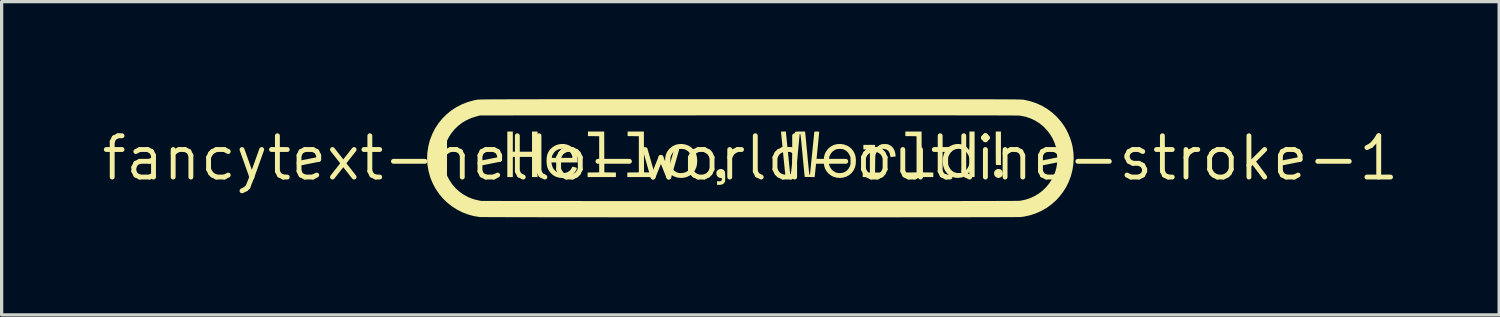
<source format=kicad_pcb>
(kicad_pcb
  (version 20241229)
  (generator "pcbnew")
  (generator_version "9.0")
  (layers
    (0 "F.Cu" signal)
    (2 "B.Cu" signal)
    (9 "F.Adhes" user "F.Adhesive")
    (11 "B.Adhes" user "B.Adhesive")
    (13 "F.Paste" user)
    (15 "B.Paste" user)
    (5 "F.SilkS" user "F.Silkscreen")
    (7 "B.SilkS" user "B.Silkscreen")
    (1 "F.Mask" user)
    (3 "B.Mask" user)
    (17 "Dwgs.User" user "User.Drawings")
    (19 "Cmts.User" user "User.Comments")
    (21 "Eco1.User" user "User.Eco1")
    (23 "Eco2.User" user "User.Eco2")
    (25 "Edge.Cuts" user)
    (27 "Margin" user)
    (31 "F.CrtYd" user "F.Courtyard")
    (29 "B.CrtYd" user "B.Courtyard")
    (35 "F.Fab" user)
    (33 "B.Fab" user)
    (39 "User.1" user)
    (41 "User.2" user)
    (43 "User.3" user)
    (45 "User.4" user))
  (footprint "fancytext-hello-world-outline-stroke-1"
    (layer "F.Cu")
    (at 20.025 1.815)
    (property "Reference" "fancytext-hello-world-outline-stroke-1" (at 0 0 0) (layer "F.SilkS") (effects (font (size 1.27 1.27) (thickness 0.15))))
    (attr board_only exclude_from_pos_files exclude_from_bom)
    (fp_poly (pts (xy 7.552 0.203) (xy 7.55 0.192) (xy 7.549 0.163) (xy 7.548 0.118) (xy 7.547 0.058) (xy 7.546 -0.014) (xy 7.546 -0.096) (xy 7.545 -0.187) (xy 7.545 -0.284) (xy 7.545 -0.312) (xy 7.545 -0.82) (xy 7.625 -0.82) (xy 7.705 -0.82) (xy 7.705 -0.305) (xy 7.705 0.21) (xy 7.632 0.21) (xy 7.595 0.209) (xy 7.567 0.207) (xy 7.552 0.204) (xy 7.552 0.203)) (stroke (width 0) (type solid)) (fill yes) (layer "F.SilkS"))
    (fp_poly (pts (xy -5.005 0.51) (xy -5.005 0.44) (xy -4.827 0.438) (xy -4.65 0.435) (xy -4.65 -0.12) (xy -4.65 -0.675) (xy -4.822 -0.678) (xy -4.995 -0.68) (xy -4.995 -0.75) (xy -4.995 -0.82) (xy -4.745 -0.82) (xy -4.495 -0.82) (xy -4.493 -0.193) (xy -4.49 0.435) (xy -4.312 0.438) (xy -4.135 0.44) (xy -4.135 0.51) (xy -4.135 0.58) (xy -4.57 0.58) (xy -5.005 0.58) (xy -5.005 0.51)) (stroke (width 0) (type solid)) (fill yes) (layer "F.SilkS"))
    (fp_poly (pts (xy -3.785 0.51) (xy -3.785 0.44) (xy -3.607 0.438) (xy -3.43 0.435) (xy -3.43 -0.12) (xy -3.43 -0.675) (xy -3.603 -0.678) (xy -3.775 -0.68) (xy -3.775 -0.75) (xy -3.775 -0.82) (xy -3.525 -0.82) (xy -3.275 -0.82) (xy -3.273 -0.193) (xy -3.27 0.435) (xy -3.092 0.438) (xy -2.915 0.44) (xy -2.915 0.51) (xy -2.915 0.58) (xy -3.35 0.58) (xy -3.785 0.58) (xy -3.785 0.51)) (stroke (width 0) (type solid)) (fill yes) (layer "F.SilkS"))
    (fp_poly (pts (xy 4.755 0.51) (xy 4.755 0.44) (xy 4.933 0.438) (xy 5.11 0.435) (xy 5.11 -0.12) (xy 5.11 -0.675) (xy 4.938 -0.678) (xy 4.765 -0.68) (xy 4.765 -0.75) (xy 4.765 -0.82) (xy 5.015 -0.82) (xy 5.265 -0.82) (xy 5.267 -0.193) (xy 5.27 0.435) (xy 5.447 0.438) (xy 5.625 0.44) (xy 5.625 0.51) (xy 5.625 0.58) (xy 5.19 0.58) (xy 4.755 0.58) (xy 4.755 0.51)) (stroke (width 0) (type solid)) (fill yes) (layer "F.SilkS"))
    (fp_poly (pts (xy 7.57 0.591) (xy 7.529 0.562) (xy 7.502 0.52) (xy 7.493 0.469) (xy 7.493 0.463) (xy 7.502 0.413) (xy 7.528 0.373) (xy 7.567 0.344) (xy 7.615 0.331) (xy 7.628 0.33) (xy 7.68 0.339) (xy 7.721 0.364) (xy 7.75 0.402) (xy 7.764 0.452) (xy 7.765 0.472) (xy 7.756 0.52) (xy 7.729 0.562) (xy 7.688 0.592) (xy 7.678 0.596) (xy 7.645 0.607) (xy 7.617 0.608) (xy 7.584 0.597) (xy 7.57 0.591)) (stroke (width 0) (type solid)) (fill yes) (layer "F.SilkS"))
    (fp_poly (pts (xy -7.475 -0.12) (xy -7.475 -0.82) (xy -7.39 -0.82) (xy -7.305 -0.82) (xy -7.305 -0.51) (xy -7.305 -0.2) (xy -7.01 -0.2) (xy -6.715 -0.2) (xy -6.715 -0.51) (xy -6.715 -0.82) (xy -6.63 -0.82) (xy -6.545 -0.82) (xy -6.545 -0.12) (xy -6.545 0.58) (xy -6.63 0.58) (xy -6.715 0.58) (xy -6.715 0.27) (xy -6.715 -0.04) (xy -7.01 -0.04) (xy -7.305 -0.04) (xy -7.305 0.27) (xy -7.305 0.58) (xy -7.39 0.58) (xy -7.475 0.58) (xy -7.475 -0.12)) (stroke (width 0) (type solid)) (fill yes) (layer "F.SilkS"))
    (fp_poly (pts (xy -1.025 0.765) (xy -1.025 0.71) (xy -0.965 0.71) (xy -0.93 0.709) (xy -0.91 0.705) (xy -0.896 0.695) (xy -0.89 0.686) (xy -0.879 0.657) (xy -0.877 0.633) (xy -0.882 0.613) (xy -0.896 0.607) (xy -0.907 0.608) (xy -0.945 0.604) (xy -0.985 0.585) (xy -1.017 0.555) (xy -1.026 0.543) (xy -1.043 0.502) (xy -1.047 0.456) (xy -1.04 0.413) (xy -1.03 0.394) (xy -0.996 0.359) (xy -0.952 0.338) (xy -0.904 0.331) (xy -0.857 0.34) (xy -0.838 0.35) (xy -0.815 0.366) (xy -0.799 0.384) (xy -0.787 0.409) (xy -0.78 0.443) (xy -0.776 0.489) (xy -0.775 0.55) (xy -0.775 0.573) (xy -0.775 0.63) (xy -0.776 0.671) (xy -0.778 0.7) (xy -0.783 0.721) (xy -0.789 0.736) (xy -0.798 0.751) (xy -0.83 0.787) (xy -0.873 0.809) (xy -0.928 0.819) (xy -0.958 0.82) (xy -1.025 0.82) (xy -1.025 0.765)) (stroke (width 0) (type solid)) (fill yes) (layer "F.SilkS"))
    (fp_poly (pts (xy 3.455 0.51) (xy 3.455 0.44) (xy 3.565 0.44) (xy 3.675 0.44) (xy 3.675 0.085) (xy 3.675 -0.27) (xy 3.575 -0.27) (xy 3.475 -0.27) (xy 3.475 -0.34) (xy 3.475 -0.41) (xy 3.655 -0.41) (xy 3.835 -0.41) (xy 3.835 -0.345) (xy 3.837 -0.305) (xy 3.843 -0.285) (xy 3.854 -0.284) (xy 3.872 -0.301) (xy 3.89 -0.328) (xy 3.918 -0.364) (xy 3.955 -0.392) (xy 3.979 -0.405) (xy 4.011 -0.42) (xy 4.038 -0.429) (xy 4.068 -0.433) (xy 4.107 -0.435) (xy 4.129 -0.435) (xy 4.176 -0.434) (xy 4.21 -0.431) (xy 4.239 -0.424) (xy 4.268 -0.411) (xy 4.277 -0.407) (xy 4.343 -0.364) (xy 4.395 -0.307) (xy 4.433 -0.236) (xy 4.456 -0.153) (xy 4.461 -0.117) (xy 4.467 -0.053) (xy 4.4 -0.045) (xy 4.363 -0.041) (xy 4.335 -0.037) (xy 4.32 -0.034) (xy 4.311 -0.04) (xy 4.303 -0.066) (xy 4.297 -0.096) (xy 4.28 -0.161) (xy 4.253 -0.211) (xy 4.214 -0.248) (xy 4.182 -0.266) (xy 4.118 -0.286) (xy 4.054 -0.289) (xy 3.993 -0.276) (xy 3.939 -0.247) (xy 3.913 -0.224) (xy 3.893 -0.197) (xy 3.872 -0.163) (xy 3.863 -0.145) (xy 3.856 -0.129) (xy 3.851 -0.113) (xy 3.847 -0.094) (xy 3.843 -0.071) (xy 3.841 -0.039) (xy 3.84 0.004) (xy 3.838 0.06) (xy 3.837 0.132) (xy 3.837 0.172) (xy 3.834 0.44) (xy 3.959 0.44) (xy 4.085 0.44) (xy 4.085 0.51) (xy 4.085 0.58) (xy 3.77 0.58) (xy 3.455 0.58) (xy 3.455 0.51)) (stroke (width 0) (type solid)) (fill yes) (layer "F.SilkS"))
    (fp_poly (pts (xy -5.719 -0.436) (xy -5.629 -0.415) (xy -5.56 -0.387) (xy -5.481 -0.335) (xy -5.417 -0.27) (xy -5.367 -0.192) (xy -5.334 -0.104) (xy -5.317 -0.006) (xy -5.315 0.047) (xy -5.315 0.13) (xy -6.118 0.13) (xy -6.111 0.172) (xy -6.09 0.255) (xy -6.055 0.326) (xy -6.006 0.383) (xy -5.946 0.425) (xy -5.933 0.431) (xy -5.881 0.447) (xy -5.818 0.455) (xy -5.751 0.456) (xy -5.688 0.449) (xy -5.635 0.434) (xy -5.63 0.432) (xy -5.572 0.398) (xy -5.528 0.355) (xy -5.499 0.307) (xy -5.484 0.281) (xy -5.473 0.264) (xy -5.469 0.26) (xy -5.458 0.262) (xy -5.432 0.268) (xy -5.4 0.276) (xy -5.363 0.287) (xy -5.343 0.298) (xy -5.337 0.314) (xy -5.344 0.339) (xy -5.362 0.378) (xy -5.362 0.378) (xy -5.394 0.427) (xy -5.438 0.476) (xy -5.488 0.521) (xy -5.539 0.555) (xy -5.569 0.569) (xy -5.673 0.598) (xy -5.779 0.608) (xy -5.883 0.599) (xy -5.901 0.595) (xy -5.989 0.567) (xy -6.068 0.521) (xy -6.125 0.471) (xy -6.179 0.408) (xy -6.219 0.34) (xy -6.247 0.266) (xy -6.263 0.18) (xy -6.268 0.081) (xy -6.268 0.07) (xy -6.264 -0.018) (xy -6.261 -0.033) (xy -6.105 -0.033) (xy -6.105 -0.01) (xy -5.475 -0.01) (xy -5.475 -0.037) (xy -5.482 -0.072) (xy -5.499 -0.114) (xy -5.522 -0.156) (xy -5.55 -0.192) (xy -5.556 -0.198) (xy -5.616 -0.244) (xy -5.686 -0.275) (xy -5.76 -0.289) (xy -5.836 -0.286) (xy -5.909 -0.268) (xy -5.977 -0.233) (xy -5.993 -0.221) (xy -6.025 -0.189) (xy -6.056 -0.149) (xy -6.082 -0.105) (xy -6.099 -0.064) (xy -6.105 -0.033) (xy -6.261 -0.033) (xy -6.251 -0.092) (xy -6.228 -0.158) (xy -6.195 -0.22) (xy -6.137 -0.292) (xy -6.067 -0.351) (xy -5.987 -0.396) (xy -5.901 -0.425) (xy -5.81 -0.439)) (stroke (width 0) (type solid)) (fill yes) (layer "F.SilkS"))
    (fp_poly (pts (xy -2.1 -0.437) (xy -2 -0.421) (xy -1.908 -0.388) (xy -1.827 -0.34) (xy -1.759 -0.277) (xy -1.704 -0.2) (xy -1.686 -0.166) (xy -1.659 -0.099) (xy -1.643 -0.03) (xy -1.636 0.048) (xy -1.635 0.085) (xy -1.642 0.19) (xy -1.663 0.282) (xy -1.7 0.363) (xy -1.752 0.437) (xy -1.779 0.466) (xy -1.854 0.527) (xy -1.939 0.571) (xy -2.031 0.598) (xy -2.128 0.607) (xy -2.228 0.598) (xy -2.243 0.595) (xy -2.329 0.569) (xy -2.403 0.531) (xy -2.471 0.477) (xy -2.532 0.41) (xy -2.577 0.335) (xy -2.607 0.251) (xy -2.622 0.155) (xy -2.625 0.09) (xy -2.46 0.09) (xy -2.46 0.143) (xy -2.458 0.181) (xy -2.455 0.209) (xy -2.449 0.231) (xy -2.44 0.253) (xy -2.432 0.27) (xy -2.385 0.342) (xy -2.328 0.397) (xy -2.259 0.436) (xy -2.232 0.446) (xy -2.18 0.456) (xy -2.118 0.457) (xy -2.055 0.449) (xy -1.998 0.433) (xy -1.98 0.426) (xy -1.917 0.384) (xy -1.864 0.326) (xy -1.826 0.261) (xy -1.815 0.235) (xy -1.807 0.211) (xy -1.803 0.184) (xy -1.801 0.149) (xy -1.8 0.101) (xy -1.8 0.085) (xy -1.8 0.033) (xy -1.802 -0.004) (xy -1.805 -0.032) (xy -1.812 -0.055) (xy -1.822 -0.081) (xy -1.833 -0.102) (xy -1.877 -0.171) (xy -1.933 -0.226) (xy -1.994 -0.262) (xy -2.022 -0.274) (xy -2.052 -0.281) (xy -2.09 -0.284) (xy -2.13 -0.285) (xy -2.177 -0.284) (xy -2.211 -0.281) (xy -2.24 -0.273) (xy -2.27 -0.261) (xy -2.277 -0.257) (xy -2.342 -0.214) (xy -2.397 -0.155) (xy -2.434 -0.091) (xy -2.445 -0.066) (xy -2.452 -0.042) (xy -2.457 -0.016) (xy -2.459 0.018) (xy -2.46 0.064) (xy -2.46 0.09) (xy -2.625 0.09) (xy -2.625 0.085) (xy -2.618 -0.02) (xy -2.598 -0.112) (xy -2.562 -0.194) (xy -2.511 -0.266) (xy -2.476 -0.303) (xy -2.398 -0.365) (xy -2.312 -0.408) (xy -2.219 -0.432) (xy -2.119 -0.438)) (stroke (width 0) (type solid)) (fill yes) (layer "F.SilkS"))
    (fp_poly (pts (xy 2.78 -0.437) (xy 2.881 -0.421) (xy 2.972 -0.388) (xy 3.053 -0.34) (xy 3.121 -0.277) (xy 3.176 -0.2) (xy 3.194 -0.166) (xy 3.221 -0.099) (xy 3.237 -0.03) (xy 3.244 0.048) (xy 3.245 0.085) (xy 3.238 0.19) (xy 3.217 0.282) (xy 3.18 0.363) (xy 3.128 0.437) (xy 3.101 0.466) (xy 3.026 0.527) (xy 2.941 0.571) (xy 2.849 0.598) (xy 2.752 0.607) (xy 2.652 0.598) (xy 2.637 0.595) (xy 2.551 0.569) (xy 2.477 0.531) (xy 2.409 0.477) (xy 2.348 0.41) (xy 2.303 0.335) (xy 2.273 0.251) (xy 2.258 0.155) (xy 2.255 0.09) (xy 2.42 0.09) (xy 2.42 0.143) (xy 2.422 0.181) (xy 2.425 0.209) (xy 2.431 0.231) (xy 2.44 0.253) (xy 2.448 0.27) (xy 2.495 0.342) (xy 2.552 0.397) (xy 2.621 0.436) (xy 2.648 0.446) (xy 2.7 0.456) (xy 2.762 0.457) (xy 2.825 0.449) (xy 2.882 0.433) (xy 2.9 0.426) (xy 2.963 0.384) (xy 3.016 0.326) (xy 3.054 0.261) (xy 3.065 0.235) (xy 3.073 0.211) (xy 3.077 0.184) (xy 3.079 0.149) (xy 3.08 0.101) (xy 3.08 0.085) (xy 3.08 0.033) (xy 3.078 -0.004) (xy 3.075 -0.032) (xy 3.068 -0.055) (xy 3.058 -0.081) (xy 3.047 -0.102) (xy 3.003 -0.171) (xy 2.947 -0.226) (xy 2.886 -0.262) (xy 2.858 -0.274) (xy 2.828 -0.281) (xy 2.79 -0.284) (xy 2.75 -0.285) (xy 2.703 -0.284) (xy 2.669 -0.281) (xy 2.64 -0.273) (xy 2.61 -0.261) (xy 2.603 -0.257) (xy 2.538 -0.214) (xy 2.483 -0.155) (xy 2.446 -0.091) (xy 2.435 -0.066) (xy 2.428 -0.042) (xy 2.423 -0.016) (xy 2.421 0.018) (xy 2.42 0.064) (xy 2.42 0.09) (xy 2.255 0.09) (xy 2.255 0.085) (xy 2.262 -0.02) (xy 2.282 -0.112) (xy 2.318 -0.194) (xy 2.369 -0.266) (xy 2.404 -0.303) (xy 2.482 -0.365) (xy 2.568 -0.408) (xy 2.661 -0.432) (xy 2.761 -0.438)) (stroke (width 0) (type solid)) (fill yes) (layer "F.SilkS"))
    (fp_poly (pts (xy 6.895 0.58) (xy 6.735 0.58) (xy 6.735 0.505) (xy 6.734 0.469) (xy 6.733 0.443) (xy 6.73 0.43) (xy 6.73 0.43) (xy 6.721 0.437) (xy 6.702 0.454) (xy 6.676 0.48) (xy 6.662 0.493) (xy 6.621 0.533) (xy 6.583 0.559) (xy 6.543 0.578) (xy 6.542 0.579) (xy 6.469 0.598) (xy 6.389 0.605) (xy 6.31 0.601) (xy 6.279 0.596) (xy 6.19 0.566) (xy 6.111 0.52) (xy 6.055 0.471) (xy 5.997 0.4) (xy 5.954 0.317) (xy 5.927 0.222) (xy 5.916 0.115) (xy 5.915 0.085) (xy 5.915 0.085) (xy 6.08 0.085) (xy 6.08 0.137) (xy 6.082 0.175) (xy 6.086 0.204) (xy 6.092 0.228) (xy 6.103 0.254) (xy 6.108 0.265) (xy 6.151 0.337) (xy 6.205 0.393) (xy 6.269 0.431) (xy 6.343 0.453) (xy 6.422 0.456) (xy 6.479 0.45) (xy 6.528 0.435) (xy 6.548 0.426) (xy 6.613 0.384) (xy 6.666 0.325) (xy 6.704 0.261) (xy 6.715 0.235) (xy 6.723 0.211) (xy 6.727 0.184) (xy 6.729 0.149) (xy 6.73 0.101) (xy 6.73 0.085) (xy 6.73 0.033) (xy 6.728 -0.005) (xy 6.724 -0.034) (xy 6.717 -0.059) (xy 6.707 -0.085) (xy 6.701 -0.098) (xy 6.659 -0.166) (xy 6.605 -0.22) (xy 6.541 -0.26) (xy 6.469 -0.283) (xy 6.394 -0.29) (xy 6.317 -0.278) (xy 6.289 -0.269) (xy 6.221 -0.233) (xy 6.164 -0.18) (xy 6.118 -0.112) (xy 6.112 -0.101) (xy 6.099 -0.072) (xy 6.089 -0.048) (xy 6.084 -0.024) (xy 6.081 0.006) (xy 6.08 0.047) (xy 6.08 0.085) (xy 5.915 0.085) (xy 5.923 -0.02) (xy 5.946 -0.118) (xy 5.983 -0.205) (xy 6.034 -0.281) (xy 6.071 -0.319) (xy 6.144 -0.373) (xy 6.226 -0.411) (xy 6.312 -0.434) (xy 6.401 -0.439) (xy 6.489 -0.426) (xy 6.572 -0.396) (xy 6.575 -0.395) (xy 6.602 -0.378) (xy 6.633 -0.354) (xy 6.662 -0.326) (xy 6.687 -0.3) (xy 6.702 -0.279) (xy 6.705 -0.27) (xy 6.713 -0.261) (xy 6.72 -0.26) (xy 6.724 -0.262) (xy 6.728 -0.27) (xy 6.731 -0.286) (xy 6.732 -0.312) (xy 6.734 -0.35) (xy 6.735 -0.401) (xy 6.735 -0.47) (xy 6.735 -0.54) (xy 6.735 -0.82) (xy 6.895 -0.82)) (stroke (width 0) (type solid)) (fill yes) (layer "F.SilkS"))
    (fp_poly (pts (xy 1.081 0.568) (xy 1.079 0.556) (xy 1.076 0.526) (xy 1.071 0.479) (xy 1.064 0.417) (xy 1.056 0.343) (xy 1.048 0.256) (xy 1.038 0.16) (xy 1.027 0.055) (xy 1.016 -0.056) (xy 1.01 -0.115) (xy 0.999 -0.229) (xy 0.988 -0.338) (xy 0.978 -0.439) (xy 0.969 -0.531) (xy 0.961 -0.612) (xy 0.954 -0.682) (xy 0.948 -0.737) (xy 0.944 -0.776) (xy 0.941 -0.798) (xy 0.941 -0.802) (xy 0.941 -0.811) (xy 0.949 -0.817) (xy 0.968 -0.819) (xy 1.003 -0.82) (xy 1.014 -0.82) (xy 1.091 -0.82) (xy 1.154 -0.193) (xy 1.165 -0.081) (xy 1.176 0.025) (xy 1.186 0.124) (xy 1.195 0.214) (xy 1.203 0.294) (xy 1.21 0.361) (xy 1.216 0.415) (xy 1.22 0.452) (xy 1.222 0.471) (xy 1.222 0.473) (xy 1.226 0.494) (xy 1.23 0.506) (xy 1.234 0.508) (xy 1.238 0.5) (xy 1.243 0.479) (xy 1.249 0.446) (xy 1.255 0.399) (xy 1.263 0.338) (xy 1.271 0.26) (xy 1.281 0.167) (xy 1.292 0.055) (xy 1.305 -0.075) (xy 1.312 -0.146) (xy 1.322 -0.258) (xy 1.333 -0.364) (xy 1.342 -0.463) (xy 1.35 -0.553) (xy 1.358 -0.632) (xy 1.364 -0.698) (xy 1.369 -0.75) (xy 1.372 -0.787) (xy 1.374 -0.805) (xy 1.374 -0.807) (xy 1.38 -0.813) (xy 1.397 -0.816) (xy 1.428 -0.818) (xy 1.475 -0.82) (xy 1.529 -0.82) (xy 1.682 -0.82) (xy 1.688 -0.767) (xy 1.69 -0.748) (xy 1.694 -0.711) (xy 1.699 -0.658) (xy 1.705 -0.59) (xy 1.713 -0.51) (xy 1.721 -0.42) (xy 1.731 -0.321) (xy 1.741 -0.216) (xy 1.751 -0.105) (xy 1.751 -0.102) (xy 1.764 0.03) (xy 1.775 0.144) (xy 1.785 0.24) (xy 1.793 0.32) (xy 1.8 0.384) (xy 1.806 0.433) (xy 1.811 0.47) (xy 1.816 0.494) (xy 1.819 0.507) (xy 1.822 0.51) (xy 1.834 0.502) (xy 1.835 0.497) (xy 1.836 0.486) (xy 1.839 0.456) (xy 1.843 0.409) (xy 1.849 0.348) (xy 1.857 0.273) (xy 1.865 0.187) (xy 1.875 0.092) (xy 1.885 -0.012) (xy 1.897 -0.121) (xy 1.9 -0.155) (xy 1.911 -0.266) (xy 1.922 -0.372) (xy 1.932 -0.47) (xy 1.941 -0.559) (xy 1.948 -0.637) (xy 1.955 -0.702) (xy 1.96 -0.753) (xy 1.963 -0.788) (xy 1.965 -0.806) (xy 1.965 -0.807) (xy 1.972 -0.815) (xy 1.995 -0.819) (xy 2.035 -0.82) (xy 2.04 -0.82) (xy 2.078 -0.82) (xy 2.101 -0.817) (xy 2.112 -0.813) (xy 2.115 -0.804) (xy 2.115 -0.799) (xy 2.114 -0.785) (xy 2.111 -0.753) (xy 2.107 -0.706) (xy 2.101 -0.645) (xy 2.094 -0.572) (xy 2.086 -0.489) (xy 2.077 -0.398) (xy 2.067 -0.302) (xy 2.057 -0.203) (xy 2.047 -0.102) (xy 2.037 -0.001) (xy 2.027 0.097) (xy 2.017 0.191) (xy 2.008 0.278) (xy 2 0.357) (xy 1.993 0.424) (xy 1.987 0.479) (xy 1.983 0.52) (xy 1.98 0.543) (xy 1.979 0.548) (xy 1.974 0.581) (xy 1.822 0.578) (xy 1.67 0.575) (xy 1.634 0.205) (xy 1.624 0.104) (xy 1.613 -0.005) (xy 1.603 -0.118) (xy 1.592 -0.229) (xy 1.582 -0.332) (xy 1.573 -0.423) (xy 1.57 -0.458) (xy 1.561 -0.547) (xy 1.553 -0.618) (xy 1.547 -0.672) (xy 1.541 -0.71) (xy 1.536 -0.735) (xy 1.531 -0.748) (xy 1.528 -0.75) (xy 1.516 -0.743) (xy 1.515 -0.738) (xy 1.514 -0.725) (xy 1.511 -0.694) (xy 1.507 -0.648) (xy 1.501 -0.587) (xy 1.494 -0.515) (xy 1.487 -0.434) (xy 1.478 -0.345) (xy 1.469 -0.251) (xy 1.459 -0.153) (xy 1.45 -0.054) (xy 1.44 0.044) (xy 1.431 0.139) (xy 1.422 0.229) (xy 1.414 0.312) (xy 1.406 0.385) (xy 1.4 0.448) (xy 1.395 0.497) (xy 1.391 0.531) (xy 1.39 0.547) (xy 1.389 0.547) (xy 1.384 0.58) (xy 1.234 0.58) (xy 1.172 0.58) (xy 1.127 0.578) (xy 1.099 0.575) (xy 1.084 0.571) (xy 1.081 0.568)) (stroke (width 0) (type solid)) (fill yes) (layer "F.SilkS"))
    (fp_poly (pts (xy 1.411 -1.815) (xy 1.843 -1.815) (xy 2.257 -1.815) (xy 2.653 -1.815) (xy 3.032 -1.815) (xy 3.393 -1.815) (xy 3.737 -1.815) (xy 4.065 -1.815) (xy 4.377 -1.815) (xy 4.674 -1.815) (xy 4.955 -1.815) (xy 5.222 -1.814) (xy 5.474 -1.814) (xy 5.713 -1.814) (xy 5.938 -1.814) (xy 6.15 -1.814) (xy 6.349 -1.814) (xy 6.535 -1.813) (xy 6.71 -1.813) (xy 6.874 -1.813) (xy 7.026 -1.813) (xy 7.168 -1.812) (xy 7.299 -1.812) (xy 7.42 -1.812) (xy 7.532 -1.811) (xy 7.635 -1.811) (xy 7.729 -1.811) (xy 7.815 -1.81) (xy 7.894 -1.81) (xy 7.964 -1.809) (xy 8.028 -1.809) (xy 8.085 -1.808) (xy 8.136 -1.808) (xy 8.181 -1.807) (xy 8.22 -1.806) (xy 8.255 -1.806) (xy 8.285 -1.805) (xy 8.31 -1.804) (xy 8.332 -1.803) (xy 8.351 -1.803) (xy 8.366 -1.802) (xy 8.379 -1.801) (xy 8.39 -1.8) (xy 8.399 -1.799) (xy 8.407 -1.798) (xy 8.413 -1.797) (xy 8.414 -1.797) (xy 8.606 -1.753) (xy 8.789 -1.692) (xy 8.962 -1.614) (xy 9.124 -1.519) (xy 9.275 -1.408) (xy 9.414 -1.281) (xy 9.542 -1.138) (xy 9.643 -0.999) (xy 9.713 -0.883) (xy 9.777 -0.753) (xy 9.833 -0.615) (xy 9.878 -0.476) (xy 9.905 -0.367) (xy 9.933 -0.181) (xy 9.942 0.006) (xy 9.931 0.191) (xy 9.902 0.373) (xy 9.855 0.552) (xy 9.79 0.725) (xy 9.708 0.891) (xy 9.608 1.048) (xy 9.492 1.196) (xy 9.405 1.29) (xy 9.266 1.415) (xy 9.115 1.525) (xy 8.953 1.618) (xy 8.782 1.695) (xy 8.603 1.754) (xy 8.418 1.795) (xy 8.313 1.809) (xy 8.298 1.81) (xy 8.263 1.81) (xy 8.21 1.811) (xy 8.139 1.811) (xy 8.049 1.812) (xy 7.943 1.812) (xy 7.82 1.813) (xy 7.681 1.813) (xy 7.527 1.814) (xy 7.357 1.814) (xy 7.174 1.815) (xy 6.977 1.815) (xy 6.766 1.815) (xy 6.543 1.816) (xy 6.309 1.816) (xy 6.062 1.816) (xy 5.805 1.816) (xy 5.538 1.817) (xy 5.261 1.817) (xy 4.974 1.817) (xy 4.68 1.817) (xy 4.377 1.818) (xy 4.067 1.818) (xy 3.75 1.818) (xy 3.427 1.818) (xy 3.098 1.818) (xy 2.764 1.818) (xy 2.425 1.819) (xy 2.082 1.819) (xy 1.736 1.819) (xy 1.388 1.819) (xy 1.036 1.819) (xy 0.684 1.819) (xy 0.33 1.819) (xy -0.025 1.819) (xy -0.379 1.819) (xy -0.733 1.819) (xy -1.085 1.819) (xy -1.436 1.819) (xy -1.785 1.819) (xy -2.131 1.819) (xy -2.473 1.818) (xy -2.811 1.818) (xy -3.144 1.818) (xy -3.473 1.818) (xy -3.795 1.818) (xy -4.112 1.818) (xy -4.421 1.817) (xy -4.723 1.817) (xy -5.017 1.817) (xy -5.302 1.817) (xy -5.578 1.816) (xy -5.845 1.816) (xy -6.101 1.816) (xy -6.346 1.816) (xy -6.58 1.815) (xy -6.801 1.815) (xy -7.01 1.814) (xy -7.206 1.814) (xy -7.388 1.814) (xy -7.556 1.813) (xy -7.708 1.813) (xy -7.846 1.812) (xy -7.967 1.812) (xy -8.072 1.811) (xy -8.159 1.811) (xy -8.229 1.81) (xy -8.28 1.81) (xy -8.312 1.809) (xy -8.325 1.809) (xy -8.51 1.778) (xy -8.688 1.729) (xy -8.86 1.663) (xy -9.023 1.58) (xy -9.177 1.481) (xy -9.32 1.368) (xy -9.451 1.242) (xy -9.569 1.102) (xy -9.673 0.951) (xy -9.761 0.79) (xy -9.833 0.618) (xy -9.845 0.583) (xy -9.897 0.396) (xy -9.93 0.209) (xy -9.942 0.022) (xy -9.938 -0.072) (xy -9.44 -0.072) (xy -9.439 0.086) (xy -9.419 0.242) (xy -9.381 0.397) (xy -9.324 0.544) (xy -9.251 0.682) (xy -9.162 0.811) (xy -9.059 0.928) (xy -8.942 1.033) (xy -8.812 1.124) (xy -8.672 1.199) (xy -8.6 1.229) (xy -8.535 1.252) (xy -8.461 1.274) (xy -8.384 1.292) (xy -8.312 1.307) (xy -8.265 1.313) (xy -8.253 1.313) (xy -8.222 1.314) (xy -8.172 1.314) (xy -8.103 1.314) (xy -8.016 1.314) (xy -7.912 1.314) (xy -7.79 1.314) (xy -7.651 1.315) (xy -7.496 1.315) (xy -7.326 1.315) (xy -7.14 1.315) (xy -6.939 1.315) (xy -6.724 1.316) (xy -6.496 1.316) (xy -6.253 1.316) (xy -5.998 1.316) (xy -5.73 1.316) (xy -5.45 1.316) (xy -5.159 1.317) (xy -4.857 1.317) (xy -4.544 1.317) (xy -4.22 1.317) (xy -3.888 1.317) (xy -3.546 1.317) (xy -3.195 1.317) (xy -2.836 1.318) (xy -2.469 1.318) (xy -2.095 1.318) (xy -1.714 1.318) (xy -1.327 1.318) (xy -0.934 1.318) (xy -0.535 1.318) (xy -0.131 1.318) (xy -0.015 1.318) (xy 0.539 1.319) (xy 1.072 1.319) (xy 1.586 1.319) (xy 2.08 1.319) (xy 2.554 1.319) (xy 3.009 1.319) (xy 3.445 1.319) (xy 3.86 1.318) (xy 4.257 1.318) (xy 4.634 1.318) (xy 4.993 1.318) (xy 5.332 1.318) (xy 5.652 1.318) (xy 5.954 1.317) (xy 6.237 1.317) (xy 6.5 1.317) (xy 6.746 1.316) (xy 6.973 1.316) (xy 7.181 1.316) (xy 7.371 1.315) (xy 7.543 1.315) (xy 7.697 1.314) (xy 7.833 1.314) (xy 7.95 1.313) (xy 8.05 1.313) (xy 8.132 1.312) (xy 8.196 1.312) (xy 8.243 1.311) (xy 8.272 1.31) (xy 8.283 1.31) (xy 8.44 1.28) (xy 8.591 1.233) (xy 8.733 1.168) (xy 8.867 1.088) (xy 8.989 0.993) (xy 9.1 0.885) (xy 9.198 0.764) (xy 9.281 0.632) (xy 9.347 0.49) (xy 9.379 0.403) (xy 9.407 0.303) (xy 9.425 0.208) (xy 9.435 0.11) (xy 9.439 0.001) (xy 9.439 0) (xy 9.43 -0.162) (xy 9.404 -0.315) (xy 9.359 -0.461) (xy 9.296 -0.602) (xy 9.22 -0.73) (xy 9.121 -0.86) (xy 9.01 -0.976) (xy 8.886 -1.076) (xy 8.752 -1.16) (xy 8.608 -1.227) (xy 8.456 -1.276) (xy 8.297 -1.307) (xy 8.271 -1.311) (xy 8.256 -1.311) (xy 8.223 -1.312) (xy 8.173 -1.313) (xy 8.106 -1.313) (xy 8.02 -1.314) (xy 7.917 -1.314) (xy 7.796 -1.315) (xy 7.656 -1.315) (xy 7.499 -1.316) (xy 7.324 -1.316) (xy 7.13 -1.316) (xy 6.917 -1.317) (xy 6.687 -1.317) (xy 6.438 -1.317) (xy 6.17 -1.318) (xy 5.883 -1.318) (xy 5.578 -1.318) (xy 5.254 -1.318) (xy 4.911 -1.318) (xy 4.548 -1.318) (xy 4.167 -1.319) (xy 3.766 -1.319) (xy 3.346 -1.319) (xy 2.907 -1.319) (xy 2.448 -1.319) (xy 1.97 -1.318) (xy 1.472 -1.318) (xy 0.954 -1.318) (xy 0.416 -1.318) (xy -0.065 -1.318) (xy -8.31 -1.315) (xy -8.415 -1.288) (xy -8.573 -1.239) (xy -8.72 -1.174) (xy -8.855 -1.095) (xy -8.979 -1.001) (xy -9.09 -0.896) (xy -9.187 -0.779) (xy -9.27 -0.653) (xy -9.337 -0.518) (xy -9.389 -0.375) (xy -9.423 -0.226) (xy -9.44 -0.072) (xy -9.938 -0.072) (xy -9.934 -0.165) (xy -9.907 -0.351) (xy -9.86 -0.537) (xy -9.846 -0.579) (xy -9.777 -0.756) (xy -9.691 -0.922) (xy -9.589 -1.077) (xy -9.473 -1.219) (xy -9.343 -1.349) (xy -9.201 -1.465) (xy -9.047 -1.566) (xy -8.881 -1.652) (xy -8.706 -1.722) (xy -8.522 -1.775) (xy -8.415 -1.797) (xy -8.408 -1.798) (xy -8.401 -1.799) (xy -8.392 -1.8) (xy -8.382 -1.801) (xy -8.369 -1.802) (xy -8.355 -1.802) (xy -8.337 -1.803) (xy -8.316 -1.804) (xy -8.291 -1.805) (xy -8.262 -1.806) (xy -8.229 -1.806) (xy -8.191 -1.807) (xy -8.147 -1.808) (xy -8.098 -1.808) (xy -8.043 -1.809) (xy -7.981 -1.809) (xy -7.912 -1.81) (xy -7.836 -1.81) (xy -7.752 -1.811) (xy -7.66 -1.811) (xy -7.559 -1.811) (xy -7.45 -1.812) (xy -7.331 -1.812) (xy -7.202 -1.812) (xy -7.064 -1.813) (xy -6.914 -1.813) (xy -6.754 -1.813) (xy -6.582 -1.813) (xy -6.399 -1.814) (xy -6.203 -1.814) (xy -5.995 -1.814) (xy -5.773 -1.814) (xy -5.539 -1.814) (xy -5.29 -1.814) (xy -5.028 -1.815) (xy -4.75 -1.815) (xy -4.458 -1.815) (xy -4.15 -1.815) (xy -3.826 -1.815) (xy -3.486 -1.815) (xy -3.13 -1.815) (xy -2.756 -1.815) (xy -2.365 -1.815) (xy -1.956 -1.815) (xy -1.529 -1.815) (xy -1.083 -1.815) (xy -0.618 -1.815) (xy 0.96 -1.815)) (stroke (width 0) (type solid)) (fill yes) (layer "F.SilkS")))
  (gr_rect
    (start -3 -3)
    (end 43.05 6.634)
    (stroke (width 0.1) (type default))
    (fill no)
    (layer "Edge.Cuts")))
</source>
